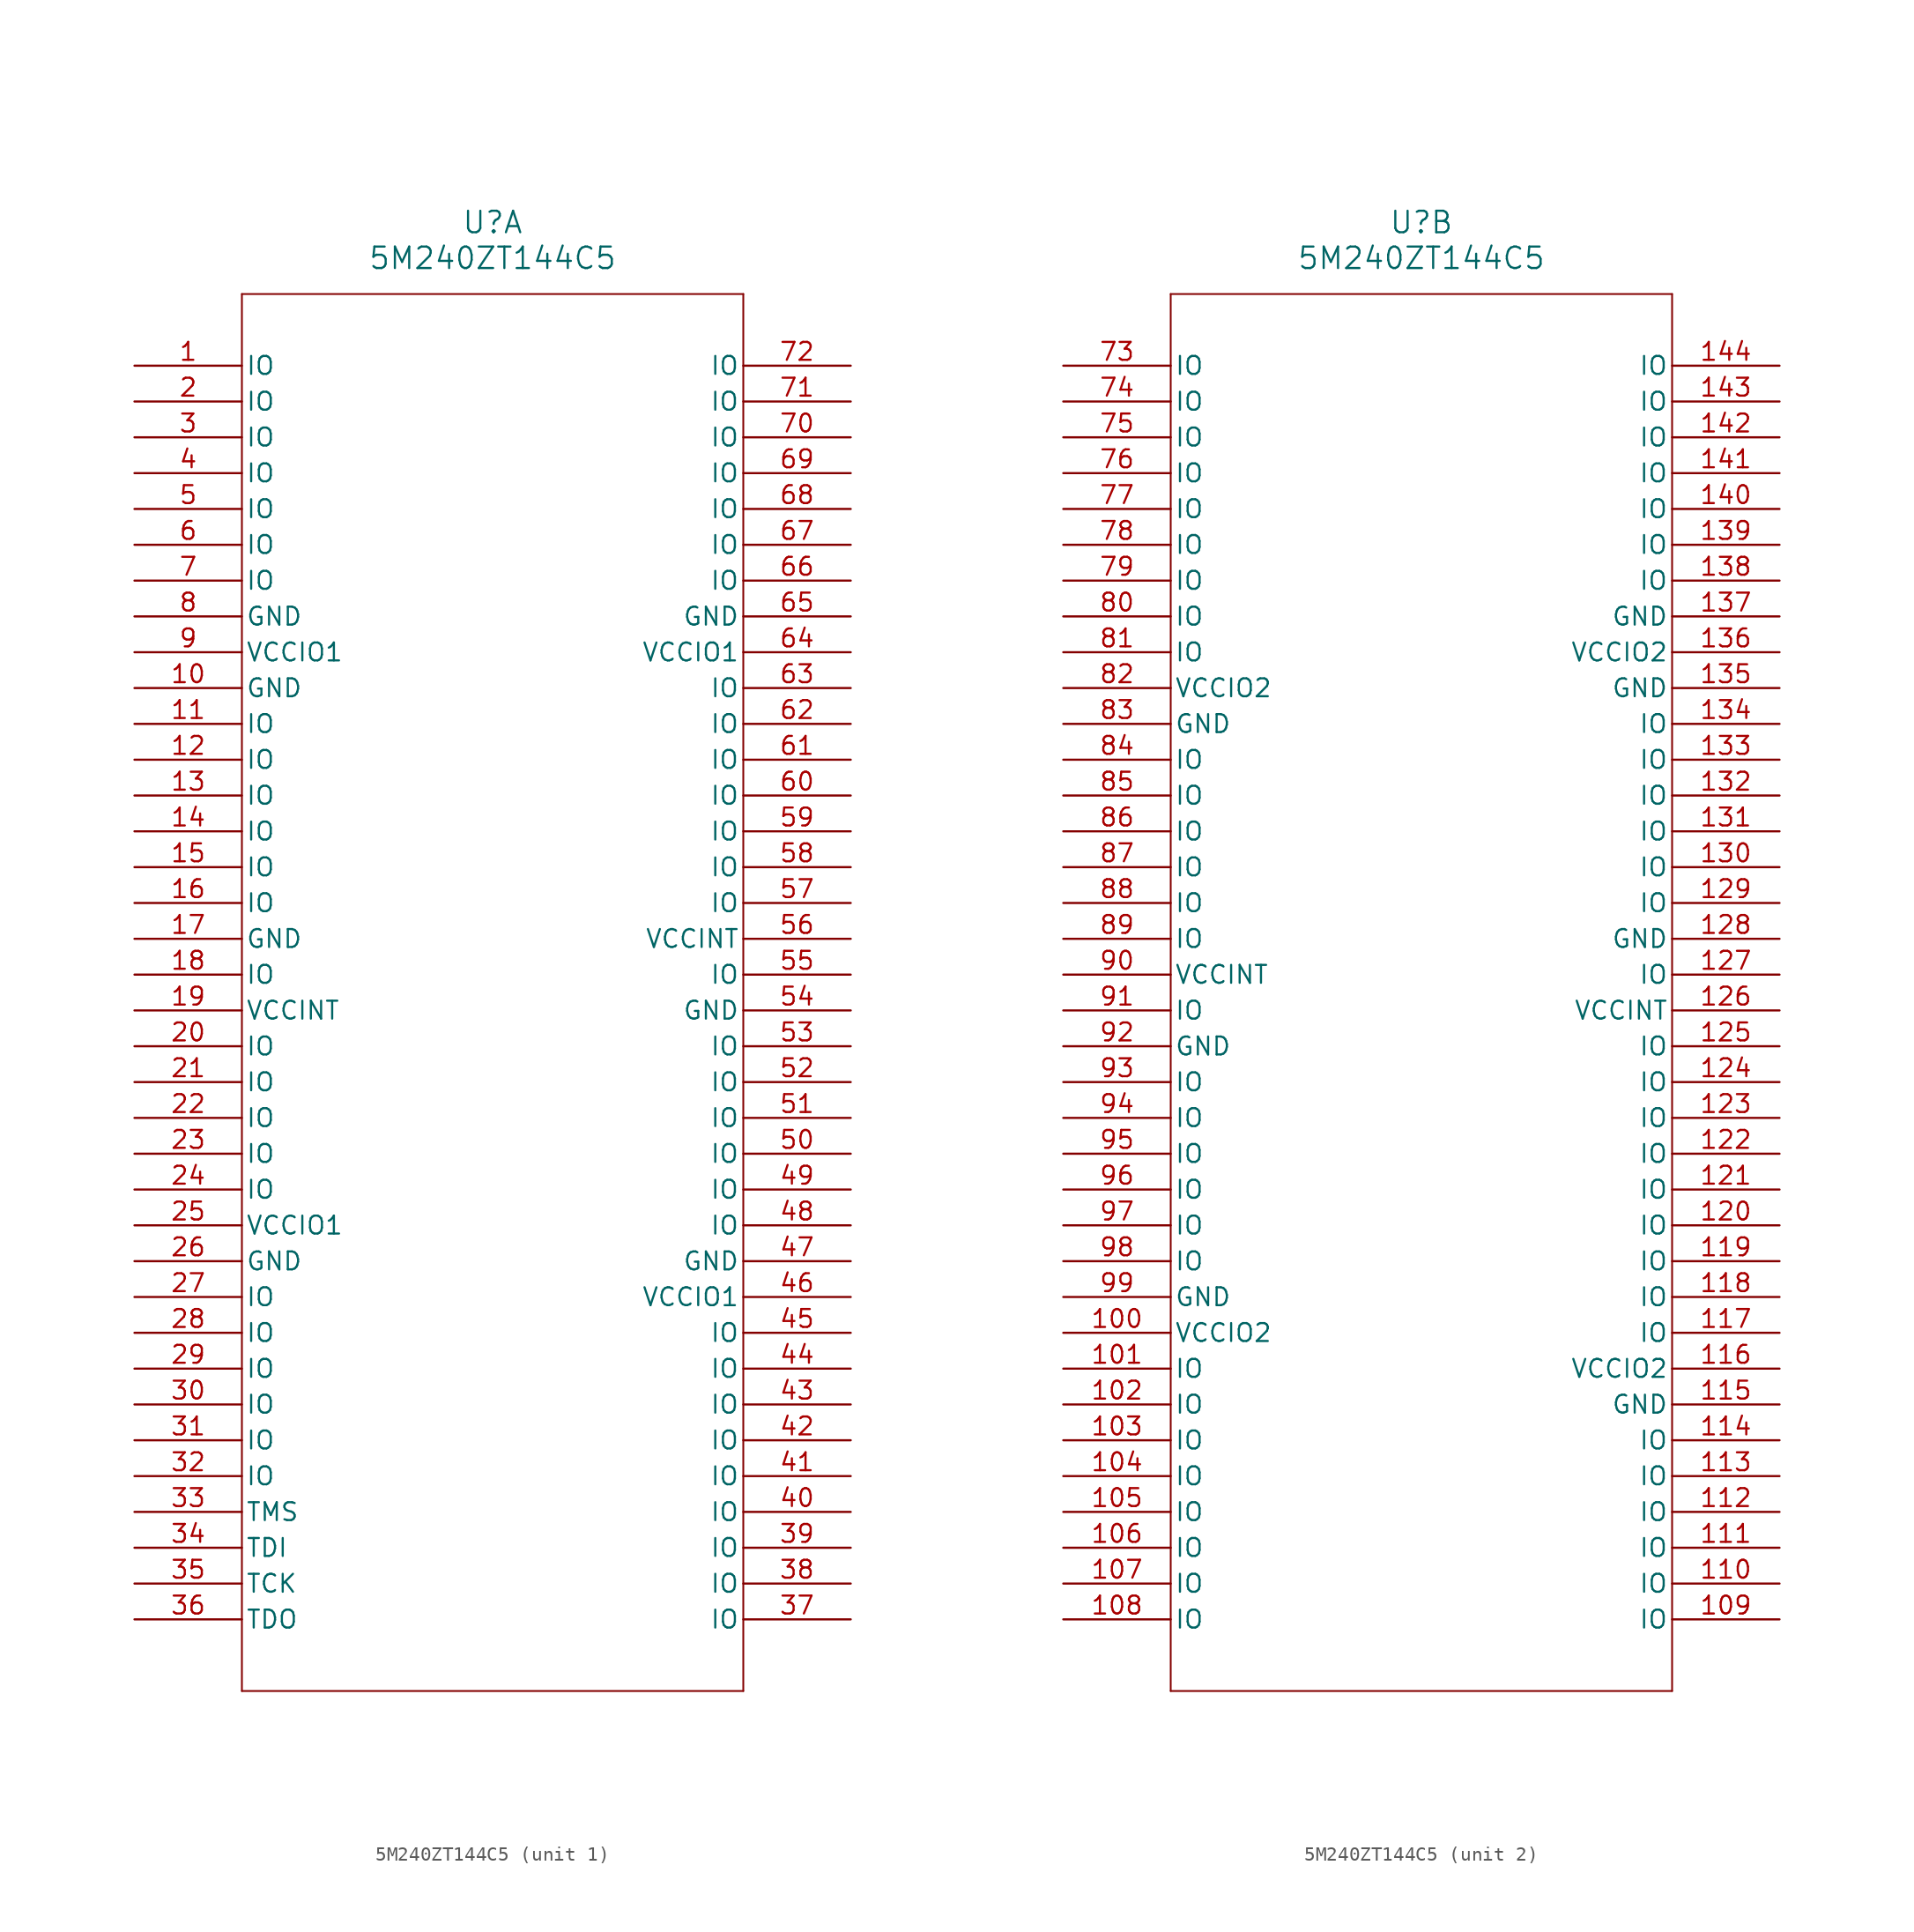
<source format=kicad_sym>
(kicad_symbol_lib
  (version 20220914)
  (generator kicad_symbol_editor)
  (symbol "5M240ZT144C5"
    (pin_names
      (offset 0.254))
    (property "Reference" "U"
      (at 25.4 10.16 0)
      (effects (font (size 1.524 1.524))))
    (property "Value" "5M240ZT144C5"
      (at 25.4 7.62 0)
      (effects (font (size 1.524 1.524))))
    (property "ki_locked" ""
      (at 0 0 0)
      (effects (font (size 1.27 1.27))))
    (symbol "5M240ZT144C5_1_1"
      (polyline (pts (xy 7.62 -93.98) (xy 43.18 -93.98)) (stroke (width 0.127) (type default)) (fill (type none)))
      (polyline (pts (xy 7.62 5.08) (xy 7.62 -93.98)) (stroke (width 0.127) (type default)) (fill (type none)))
      (polyline (pts (xy 43.18 -93.98) (xy 43.18 5.08)) (stroke (width 0.127) (type default)) (fill (type none)))
      (polyline (pts (xy 43.18 5.08) (xy 7.62 5.08)) (stroke (width 0.127) (type default)) (fill (type none)))
      (pin bidirectional line (at 0 0 0) (length 7.62) (name "IO" (effects (font (size 1.27 1.27)))) (number "1" (effects (font (size 1.27 1.27)))))
      (pin power_out line (at 0 -22.86 0) (length 7.62) (name "GND" (effects (font (size 1.27 1.27)))) (number "10" (effects (font (size 1.27 1.27)))))
      (pin bidirectional line (at 0 -25.4 0) (length 7.62) (name "IO" (effects (font (size 1.27 1.27)))) (number "11" (effects (font (size 1.27 1.27)))))
      (pin bidirectional line (at 0 -27.94 0) (length 7.62) (name "IO" (effects (font (size 1.27 1.27)))) (number "12" (effects (font (size 1.27 1.27)))))
      (pin bidirectional line (at 0 -30.48 0) (length 7.62) (name "IO" (effects (font (size 1.27 1.27)))) (number "13" (effects (font (size 1.27 1.27)))))
      (pin bidirectional line (at 0 -33.02 0) (length 7.62) (name "IO" (effects (font (size 1.27 1.27)))) (number "14" (effects (font (size 1.27 1.27)))))
      (pin bidirectional line (at 0 -35.56 0) (length 7.62) (name "IO" (effects (font (size 1.27 1.27)))) (number "15" (effects (font (size 1.27 1.27)))))
      (pin bidirectional line (at 0 -38.1 0) (length 7.62) (name "IO" (effects (font (size 1.27 1.27)))) (number "16" (effects (font (size 1.27 1.27)))))
      (pin power_out line (at 0 -40.64 0) (length 7.62) (name "GND" (effects (font (size 1.27 1.27)))) (number "17" (effects (font (size 1.27 1.27)))))
      (pin bidirectional line (at 0 -43.18 0) (length 7.62) (name "IO" (effects (font (size 1.27 1.27)))) (number "18" (effects (font (size 1.27 1.27)))))
      (pin power_in line (at 0 -45.72 0) (length 7.62) (name "VCCINT" (effects (font (size 1.27 1.27)))) (number "19" (effects (font (size 1.27 1.27)))))
      (pin bidirectional line (at 0 -2.54 0) (length 7.62) (name "IO" (effects (font (size 1.27 1.27)))) (number "2" (effects (font (size 1.27 1.27)))))
      (pin bidirectional line (at 0 -48.26 0) (length 7.62) (name "IO" (effects (font (size 1.27 1.27)))) (number "20" (effects (font (size 1.27 1.27)))))
      (pin bidirectional line (at 0 -50.8 0) (length 7.62) (name "IO" (effects (font (size 1.27 1.27)))) (number "21" (effects (font (size 1.27 1.27)))))
      (pin bidirectional line (at 0 -53.34 0) (length 7.62) (name "IO" (effects (font (size 1.27 1.27)))) (number "22" (effects (font (size 1.27 1.27)))))
      (pin bidirectional line (at 0 -55.88 0) (length 7.62) (name "IO" (effects (font (size 1.27 1.27)))) (number "23" (effects (font (size 1.27 1.27)))))
      (pin bidirectional line (at 0 -58.42 0) (length 7.62) (name "IO" (effects (font (size 1.27 1.27)))) (number "24" (effects (font (size 1.27 1.27)))))
      (pin power_in line (at 0 -60.96 0) (length 7.62) (name "VCCIO1" (effects (font (size 1.27 1.27)))) (number "25" (effects (font (size 1.27 1.27)))))
      (pin power_out line (at 0 -63.5 0) (length 7.62) (name "GND" (effects (font (size 1.27 1.27)))) (number "26" (effects (font (size 1.27 1.27)))))
      (pin bidirectional line (at 0 -66.04 0) (length 7.62) (name "IO" (effects (font (size 1.27 1.27)))) (number "27" (effects (font (size 1.27 1.27)))))
      (pin bidirectional line (at 0 -68.58 0) (length 7.62) (name "IO" (effects (font (size 1.27 1.27)))) (number "28" (effects (font (size 1.27 1.27)))))
      (pin bidirectional line (at 0 -71.12 0) (length 7.62) (name "IO" (effects (font (size 1.27 1.27)))) (number "29" (effects (font (size 1.27 1.27)))))
      (pin bidirectional line (at 0 -5.08 0) (length 7.62) (name "IO" (effects (font (size 1.27 1.27)))) (number "3" (effects (font (size 1.27 1.27)))))
      (pin bidirectional line (at 0 -73.66 0) (length 7.62) (name "IO" (effects (font (size 1.27 1.27)))) (number "30" (effects (font (size 1.27 1.27)))))
      (pin bidirectional line (at 0 -76.2 0) (length 7.62) (name "IO" (effects (font (size 1.27 1.27)))) (number "31" (effects (font (size 1.27 1.27)))))
      (pin bidirectional line (at 0 -78.74 0) (length 7.62) (name "IO" (effects (font (size 1.27 1.27)))) (number "32" (effects (font (size 1.27 1.27)))))
      (pin input line (at 0 -81.28 0) (length 7.62) (name "TMS" (effects (font (size 1.27 1.27)))) (number "33" (effects (font (size 1.27 1.27)))))
      (pin input line (at 0 -83.82 0) (length 7.62) (name "TDI" (effects (font (size 1.27 1.27)))) (number "34" (effects (font (size 1.27 1.27)))))
      (pin input line (at 0 -86.36 0) (length 7.62) (name "TCK" (effects (font (size 1.27 1.27)))) (number "35" (effects (font (size 1.27 1.27)))))
      (pin output line (at 0 -88.9 0) (length 7.62) (name "TDO" (effects (font (size 1.27 1.27)))) (number "36" (effects (font (size 1.27 1.27)))))
      (pin bidirectional line (at 50.8 -88.9 180) (length 7.62) (name "IO" (effects (font (size 1.27 1.27)))) (number "37" (effects (font (size 1.27 1.27)))))
      (pin bidirectional line (at 50.8 -86.36 180) (length 7.62) (name "IO" (effects (font (size 1.27 1.27)))) (number "38" (effects (font (size 1.27 1.27)))))
      (pin bidirectional line (at 50.8 -83.82 180) (length 7.62) (name "IO" (effects (font (size 1.27 1.27)))) (number "39" (effects (font (size 1.27 1.27)))))
      (pin bidirectional line (at 0 -7.62 0) (length 7.62) (name "IO" (effects (font (size 1.27 1.27)))) (number "4" (effects (font (size 1.27 1.27)))))
      (pin bidirectional line (at 50.8 -81.28 180) (length 7.62) (name "IO" (effects (font (size 1.27 1.27)))) (number "40" (effects (font (size 1.27 1.27)))))
      (pin bidirectional line (at 50.8 -78.74 180) (length 7.62) (name "IO" (effects (font (size 1.27 1.27)))) (number "41" (effects (font (size 1.27 1.27)))))
      (pin bidirectional line (at 50.8 -76.2 180) (length 7.62) (name "IO" (effects (font (size 1.27 1.27)))) (number "42" (effects (font (size 1.27 1.27)))))
      (pin bidirectional line (at 50.8 -73.66 180) (length 7.62) (name "IO" (effects (font (size 1.27 1.27)))) (number "43" (effects (font (size 1.27 1.27)))))
      (pin bidirectional line (at 50.8 -71.12 180) (length 7.62) (name "IO" (effects (font (size 1.27 1.27)))) (number "44" (effects (font (size 1.27 1.27)))))
      (pin bidirectional line (at 50.8 -68.58 180) (length 7.62) (name "IO" (effects (font (size 1.27 1.27)))) (number "45" (effects (font (size 1.27 1.27)))))
      (pin power_in line (at 50.8 -66.04 180) (length 7.62) (name "VCCIO1" (effects (font (size 1.27 1.27)))) (number "46" (effects (font (size 1.27 1.27)))))
      (pin power_out line (at 50.8 -63.5 180) (length 7.62) (name "GND" (effects (font (size 1.27 1.27)))) (number "47" (effects (font (size 1.27 1.27)))))
      (pin bidirectional line (at 50.8 -60.96 180) (length 7.62) (name "IO" (effects (font (size 1.27 1.27)))) (number "48" (effects (font (size 1.27 1.27)))))
      (pin bidirectional line (at 50.8 -58.42 180) (length 7.62) (name "IO" (effects (font (size 1.27 1.27)))) (number "49" (effects (font (size 1.27 1.27)))))
      (pin bidirectional line (at 0 -10.16 0) (length 7.62) (name "IO" (effects (font (size 1.27 1.27)))) (number "5" (effects (font (size 1.27 1.27)))))
      (pin bidirectional line (at 50.8 -55.88 180) (length 7.62) (name "IO" (effects (font (size 1.27 1.27)))) (number "50" (effects (font (size 1.27 1.27)))))
      (pin bidirectional line (at 50.8 -53.34 180) (length 7.62) (name "IO" (effects (font (size 1.27 1.27)))) (number "51" (effects (font (size 1.27 1.27)))))
      (pin bidirectional line (at 50.8 -50.8 180) (length 7.62) (name "IO" (effects (font (size 1.27 1.27)))) (number "52" (effects (font (size 1.27 1.27)))))
      (pin bidirectional line (at 50.8 -48.26 180) (length 7.62) (name "IO" (effects (font (size 1.27 1.27)))) (number "53" (effects (font (size 1.27 1.27)))))
      (pin power_out line (at 50.8 -45.72 180) (length 7.62) (name "GND" (effects (font (size 1.27 1.27)))) (number "54" (effects (font (size 1.27 1.27)))))
      (pin bidirectional line (at 50.8 -43.18 180) (length 7.62) (name "IO" (effects (font (size 1.27 1.27)))) (number "55" (effects (font (size 1.27 1.27)))))
      (pin power_in line (at 50.8 -40.64 180) (length 7.62) (name "VCCINT" (effects (font (size 1.27 1.27)))) (number "56" (effects (font (size 1.27 1.27)))))
      (pin bidirectional line (at 50.8 -38.1 180) (length 7.62) (name "IO" (effects (font (size 1.27 1.27)))) (number "57" (effects (font (size 1.27 1.27)))))
      (pin bidirectional line (at 50.8 -35.56 180) (length 7.62) (name "IO" (effects (font (size 1.27 1.27)))) (number "58" (effects (font (size 1.27 1.27)))))
      (pin bidirectional line (at 50.8 -33.02 180) (length 7.62) (name "IO" (effects (font (size 1.27 1.27)))) (number "59" (effects (font (size 1.27 1.27)))))
      (pin bidirectional line (at 0 -12.7 0) (length 7.62) (name "IO" (effects (font (size 1.27 1.27)))) (number "6" (effects (font (size 1.27 1.27)))))
      (pin bidirectional line (at 50.8 -30.48 180) (length 7.62) (name "IO" (effects (font (size 1.27 1.27)))) (number "60" (effects (font (size 1.27 1.27)))))
      (pin bidirectional line (at 50.8 -27.94 180) (length 7.62) (name "IO" (effects (font (size 1.27 1.27)))) (number "61" (effects (font (size 1.27 1.27)))))
      (pin bidirectional line (at 50.8 -25.4 180) (length 7.62) (name "IO" (effects (font (size 1.27 1.27)))) (number "62" (effects (font (size 1.27 1.27)))))
      (pin bidirectional line (at 50.8 -22.86 180) (length 7.62) (name "IO" (effects (font (size 1.27 1.27)))) (number "63" (effects (font (size 1.27 1.27)))))
      (pin power_in line (at 50.8 -20.32 180) (length 7.62) (name "VCCIO1" (effects (font (size 1.27 1.27)))) (number "64" (effects (font (size 1.27 1.27)))))
      (pin power_out line (at 50.8 -17.78 180) (length 7.62) (name "GND" (effects (font (size 1.27 1.27)))) (number "65" (effects (font (size 1.27 1.27)))))
      (pin bidirectional line (at 50.8 -15.24 180) (length 7.62) (name "IO" (effects (font (size 1.27 1.27)))) (number "66" (effects (font (size 1.27 1.27)))))
      (pin bidirectional line (at 50.8 -12.7 180) (length 7.62) (name "IO" (effects (font (size 1.27 1.27)))) (number "67" (effects (font (size 1.27 1.27)))))
      (pin bidirectional line (at 50.8 -10.16 180) (length 7.62) (name "IO" (effects (font (size 1.27 1.27)))) (number "68" (effects (font (size 1.27 1.27)))))
      (pin bidirectional line (at 50.8 -7.62 180) (length 7.62) (name "IO" (effects (font (size 1.27 1.27)))) (number "69" (effects (font (size 1.27 1.27)))))
      (pin bidirectional line (at 0 -15.24 0) (length 7.62) (name "IO" (effects (font (size 1.27 1.27)))) (number "7" (effects (font (size 1.27 1.27)))))
      (pin bidirectional line (at 50.8 -5.08 180) (length 7.62) (name "IO" (effects (font (size 1.27 1.27)))) (number "70" (effects (font (size 1.27 1.27)))))
      (pin bidirectional line (at 50.8 -2.54 180) (length 7.62) (name "IO" (effects (font (size 1.27 1.27)))) (number "71" (effects (font (size 1.27 1.27)))))
      (pin bidirectional line (at 50.8 0 180) (length 7.62) (name "IO" (effects (font (size 1.27 1.27)))) (number "72" (effects (font (size 1.27 1.27)))))
      (pin power_out line (at 0 -17.78 0) (length 7.62) (name "GND" (effects (font (size 1.27 1.27)))) (number "8" (effects (font (size 1.27 1.27)))))
      (pin power_in line (at 0 -20.32 0) (length 7.62) (name "VCCIO1" (effects (font (size 1.27 1.27)))) (number "9" (effects (font (size 1.27 1.27))))))
    (symbol "5M240ZT144C5_2_1"
      (polyline (pts (xy 7.62 -93.98) (xy 43.18 -93.98)) (stroke (width 0.127) (type default)) (fill (type none)))
      (polyline (pts (xy 7.62 5.08) (xy 7.62 -93.98)) (stroke (width 0.127) (type default)) (fill (type none)))
      (polyline (pts (xy 43.18 -93.98) (xy 43.18 5.08)) (stroke (width 0.127) (type default)) (fill (type none)))
      (polyline (pts (xy 43.18 5.08) (xy 7.62 5.08)) (stroke (width 0.127) (type default)) (fill (type none)))
      (pin power_in line (at 0 -68.58 0) (length 7.62) (name "VCCIO2" (effects (font (size 1.27 1.27)))) (number "100" (effects (font (size 1.27 1.27)))))
      (pin bidirectional line (at 0 -71.12 0) (length 7.62) (name "IO" (effects (font (size 1.27 1.27)))) (number "101" (effects (font (size 1.27 1.27)))))
      (pin bidirectional line (at 0 -73.66 0) (length 7.62) (name "IO" (effects (font (size 1.27 1.27)))) (number "102" (effects (font (size 1.27 1.27)))))
      (pin bidirectional line (at 0 -76.2 0) (length 7.62) (name "IO" (effects (font (size 1.27 1.27)))) (number "103" (effects (font (size 1.27 1.27)))))
      (pin bidirectional line (at 0 -78.74 0) (length 7.62) (name "IO" (effects (font (size 1.27 1.27)))) (number "104" (effects (font (size 1.27 1.27)))))
      (pin bidirectional line (at 0 -81.28 0) (length 7.62) (name "IO" (effects (font (size 1.27 1.27)))) (number "105" (effects (font (size 1.27 1.27)))))
      (pin bidirectional line (at 0 -83.82 0) (length 7.62) (name "IO" (effects (font (size 1.27 1.27)))) (number "106" (effects (font (size 1.27 1.27)))))
      (pin bidirectional line (at 0 -86.36 0) (length 7.62) (name "IO" (effects (font (size 1.27 1.27)))) (number "107" (effects (font (size 1.27 1.27)))))
      (pin bidirectional line (at 0 -88.9 0) (length 7.62) (name "IO" (effects (font (size 1.27 1.27)))) (number "108" (effects (font (size 1.27 1.27)))))
      (pin bidirectional line (at 50.8 -88.9 180) (length 7.62) (name "IO" (effects (font (size 1.27 1.27)))) (number "109" (effects (font (size 1.27 1.27)))))
      (pin bidirectional line (at 50.8 -86.36 180) (length 7.62) (name "IO" (effects (font (size 1.27 1.27)))) (number "110" (effects (font (size 1.27 1.27)))))
      (pin bidirectional line (at 50.8 -83.82 180) (length 7.62) (name "IO" (effects (font (size 1.27 1.27)))) (number "111" (effects (font (size 1.27 1.27)))))
      (pin bidirectional line (at 50.8 -81.28 180) (length 7.62) (name "IO" (effects (font (size 1.27 1.27)))) (number "112" (effects (font (size 1.27 1.27)))))
      (pin bidirectional line (at 50.8 -78.74 180) (length 7.62) (name "IO" (effects (font (size 1.27 1.27)))) (number "113" (effects (font (size 1.27 1.27)))))
      (pin bidirectional line (at 50.8 -76.2 180) (length 7.62) (name "IO" (effects (font (size 1.27 1.27)))) (number "114" (effects (font (size 1.27 1.27)))))
      (pin power_out line (at 50.8 -73.66 180) (length 7.62) (name "GND" (effects (font (size 1.27 1.27)))) (number "115" (effects (font (size 1.27 1.27)))))
      (pin power_in line (at 50.8 -71.12 180) (length 7.62) (name "VCCIO2" (effects (font (size 1.27 1.27)))) (number "116" (effects (font (size 1.27 1.27)))))
      (pin bidirectional line (at 50.8 -68.58 180) (length 7.62) (name "IO" (effects (font (size 1.27 1.27)))) (number "117" (effects (font (size 1.27 1.27)))))
      (pin bidirectional line (at 50.8 -66.04 180) (length 7.62) (name "IO" (effects (font (size 1.27 1.27)))) (number "118" (effects (font (size 1.27 1.27)))))
      (pin bidirectional line (at 50.8 -63.5 180) (length 7.62) (name "IO" (effects (font (size 1.27 1.27)))) (number "119" (effects (font (size 1.27 1.27)))))
      (pin bidirectional line (at 50.8 -60.96 180) (length 7.62) (name "IO" (effects (font (size 1.27 1.27)))) (number "120" (effects (font (size 1.27 1.27)))))
      (pin bidirectional line (at 50.8 -58.42 180) (length 7.62) (name "IO" (effects (font (size 1.27 1.27)))) (number "121" (effects (font (size 1.27 1.27)))))
      (pin bidirectional line (at 50.8 -55.88 180) (length 7.62) (name "IO" (effects (font (size 1.27 1.27)))) (number "122" (effects (font (size 1.27 1.27)))))
      (pin bidirectional line (at 50.8 -53.34 180) (length 7.62) (name "IO" (effects (font (size 1.27 1.27)))) (number "123" (effects (font (size 1.27 1.27)))))
      (pin bidirectional line (at 50.8 -50.8 180) (length 7.62) (name "IO" (effects (font (size 1.27 1.27)))) (number "124" (effects (font (size 1.27 1.27)))))
      (pin bidirectional line (at 50.8 -48.26 180) (length 7.62) (name "IO" (effects (font (size 1.27 1.27)))) (number "125" (effects (font (size 1.27 1.27)))))
      (pin power_in line (at 50.8 -45.72 180) (length 7.62) (name "VCCINT" (effects (font (size 1.27 1.27)))) (number "126" (effects (font (size 1.27 1.27)))))
      (pin bidirectional line (at 50.8 -43.18 180) (length 7.62) (name "IO" (effects (font (size 1.27 1.27)))) (number "127" (effects (font (size 1.27 1.27)))))
      (pin power_out line (at 50.8 -40.64 180) (length 7.62) (name "GND" (effects (font (size 1.27 1.27)))) (number "128" (effects (font (size 1.27 1.27)))))
      (pin bidirectional line (at 50.8 -38.1 180) (length 7.62) (name "IO" (effects (font (size 1.27 1.27)))) (number "129" (effects (font (size 1.27 1.27)))))
      (pin bidirectional line (at 50.8 -35.56 180) (length 7.62) (name "IO" (effects (font (size 1.27 1.27)))) (number "130" (effects (font (size 1.27 1.27)))))
      (pin bidirectional line (at 50.8 -33.02 180) (length 7.62) (name "IO" (effects (font (size 1.27 1.27)))) (number "131" (effects (font (size 1.27 1.27)))))
      (pin bidirectional line (at 50.8 -30.48 180) (length 7.62) (name "IO" (effects (font (size 1.27 1.27)))) (number "132" (effects (font (size 1.27 1.27)))))
      (pin bidirectional line (at 50.8 -27.94 180) (length 7.62) (name "IO" (effects (font (size 1.27 1.27)))) (number "133" (effects (font (size 1.27 1.27)))))
      (pin bidirectional line (at 50.8 -25.4 180) (length 7.62) (name "IO" (effects (font (size 1.27 1.27)))) (number "134" (effects (font (size 1.27 1.27)))))
      (pin power_out line (at 50.8 -22.86 180) (length 7.62) (name "GND" (effects (font (size 1.27 1.27)))) (number "135" (effects (font (size 1.27 1.27)))))
      (pin power_in line (at 50.8 -20.32 180) (length 7.62) (name "VCCIO2" (effects (font (size 1.27 1.27)))) (number "136" (effects (font (size 1.27 1.27)))))
      (pin power_out line (at 50.8 -17.78 180) (length 7.62) (name "GND" (effects (font (size 1.27 1.27)))) (number "137" (effects (font (size 1.27 1.27)))))
      (pin bidirectional line (at 50.8 -15.24 180) (length 7.62) (name "IO" (effects (font (size 1.27 1.27)))) (number "138" (effects (font (size 1.27 1.27)))))
      (pin bidirectional line (at 50.8 -12.7 180) (length 7.62) (name "IO" (effects (font (size 1.27 1.27)))) (number "139" (effects (font (size 1.27 1.27)))))
      (pin bidirectional line (at 50.8 -10.16 180) (length 7.62) (name "IO" (effects (font (size 1.27 1.27)))) (number "140" (effects (font (size 1.27 1.27)))))
      (pin bidirectional line (at 50.8 -7.62 180) (length 7.62) (name "IO" (effects (font (size 1.27 1.27)))) (number "141" (effects (font (size 1.27 1.27)))))
      (pin bidirectional line (at 50.8 -5.08 180) (length 7.62) (name "IO" (effects (font (size 1.27 1.27)))) (number "142" (effects (font (size 1.27 1.27)))))
      (pin bidirectional line (at 50.8 -2.54 180) (length 7.62) (name "IO" (effects (font (size 1.27 1.27)))) (number "143" (effects (font (size 1.27 1.27)))))
      (pin bidirectional line (at 50.8 0 180) (length 7.62) (name "IO" (effects (font (size 1.27 1.27)))) (number "144" (effects (font (size 1.27 1.27)))))
      (pin bidirectional line (at 0 0 0) (length 7.62) (name "IO" (effects (font (size 1.27 1.27)))) (number "73" (effects (font (size 1.27 1.27)))))
      (pin bidirectional line (at 0 -2.54 0) (length 7.62) (name "IO" (effects (font (size 1.27 1.27)))) (number "74" (effects (font (size 1.27 1.27)))))
      (pin bidirectional line (at 0 -5.08 0) (length 7.62) (name "IO" (effects (font (size 1.27 1.27)))) (number "75" (effects (font (size 1.27 1.27)))))
      (pin bidirectional line (at 0 -7.62 0) (length 7.62) (name "IO" (effects (font (size 1.27 1.27)))) (number "76" (effects (font (size 1.27 1.27)))))
      (pin bidirectional line (at 0 -10.16 0) (length 7.62) (name "IO" (effects (font (size 1.27 1.27)))) (number "77" (effects (font (size 1.27 1.27)))))
      (pin bidirectional line (at 0 -12.7 0) (length 7.62) (name "IO" (effects (font (size 1.27 1.27)))) (number "78" (effects (font (size 1.27 1.27)))))
      (pin bidirectional line (at 0 -15.24 0) (length 7.62) (name "IO" (effects (font (size 1.27 1.27)))) (number "79" (effects (font (size 1.27 1.27)))))
      (pin bidirectional line (at 0 -17.78 0) (length 7.62) (name "IO" (effects (font (size 1.27 1.27)))) (number "80" (effects (font (size 1.27 1.27)))))
      (pin bidirectional line (at 0 -20.32 0) (length 7.62) (name "IO" (effects (font (size 1.27 1.27)))) (number "81" (effects (font (size 1.27 1.27)))))
      (pin power_in line (at 0 -22.86 0) (length 7.62) (name "VCCIO2" (effects (font (size 1.27 1.27)))) (number "82" (effects (font (size 1.27 1.27)))))
      (pin power_out line (at 0 -25.4 0) (length 7.62) (name "GND" (effects (font (size 1.27 1.27)))) (number "83" (effects (font (size 1.27 1.27)))))
      (pin bidirectional line (at 0 -27.94 0) (length 7.62) (name "IO" (effects (font (size 1.27 1.27)))) (number "84" (effects (font (size 1.27 1.27)))))
      (pin bidirectional line (at 0 -30.48 0) (length 7.62) (name "IO" (effects (font (size 1.27 1.27)))) (number "85" (effects (font (size 1.27 1.27)))))
      (pin bidirectional line (at 0 -33.02 0) (length 7.62) (name "IO" (effects (font (size 1.27 1.27)))) (number "86" (effects (font (size 1.27 1.27)))))
      (pin bidirectional line (at 0 -35.56 0) (length 7.62) (name "IO" (effects (font (size 1.27 1.27)))) (number "87" (effects (font (size 1.27 1.27)))))
      (pin bidirectional line (at 0 -38.1 0) (length 7.62) (name "IO" (effects (font (size 1.27 1.27)))) (number "88" (effects (font (size 1.27 1.27)))))
      (pin bidirectional line (at 0 -40.64 0) (length 7.62) (name "IO" (effects (font (size 1.27 1.27)))) (number "89" (effects (font (size 1.27 1.27)))))
      (pin power_in line (at 0 -43.18 0) (length 7.62) (name "VCCINT" (effects (font (size 1.27 1.27)))) (number "90" (effects (font (size 1.27 1.27)))))
      (pin bidirectional line (at 0 -45.72 0) (length 7.62) (name "IO" (effects (font (size 1.27 1.27)))) (number "91" (effects (font (size 1.27 1.27)))))
      (pin power_out line (at 0 -48.26 0) (length 7.62) (name "GND" (effects (font (size 1.27 1.27)))) (number "92" (effects (font (size 1.27 1.27)))))
      (pin bidirectional line (at 0 -50.8 0) (length 7.62) (name "IO" (effects (font (size 1.27 1.27)))) (number "93" (effects (font (size 1.27 1.27)))))
      (pin bidirectional line (at 0 -53.34 0) (length 7.62) (name "IO" (effects (font (size 1.27 1.27)))) (number "94" (effects (font (size 1.27 1.27)))))
      (pin bidirectional line (at 0 -55.88 0) (length 7.62) (name "IO" (effects (font (size 1.27 1.27)))) (number "95" (effects (font (size 1.27 1.27)))))
      (pin bidirectional line (at 0 -58.42 0) (length 7.62) (name "IO" (effects (font (size 1.27 1.27)))) (number "96" (effects (font (size 1.27 1.27)))))
      (pin bidirectional line (at 0 -60.96 0) (length 7.62) (name "IO" (effects (font (size 1.27 1.27)))) (number "97" (effects (font (size 1.27 1.27)))))
      (pin bidirectional line (at 0 -63.5 0) (length 7.62) (name "IO" (effects (font (size 1.27 1.27)))) (number "98" (effects (font (size 1.27 1.27)))))
      (pin power_out line (at 0 -66.04 0) (length 7.62) (name "GND" (effects (font (size 1.27 1.27)))) (number "99" (effects (font (size 1.27 1.27))))))))
</source>
